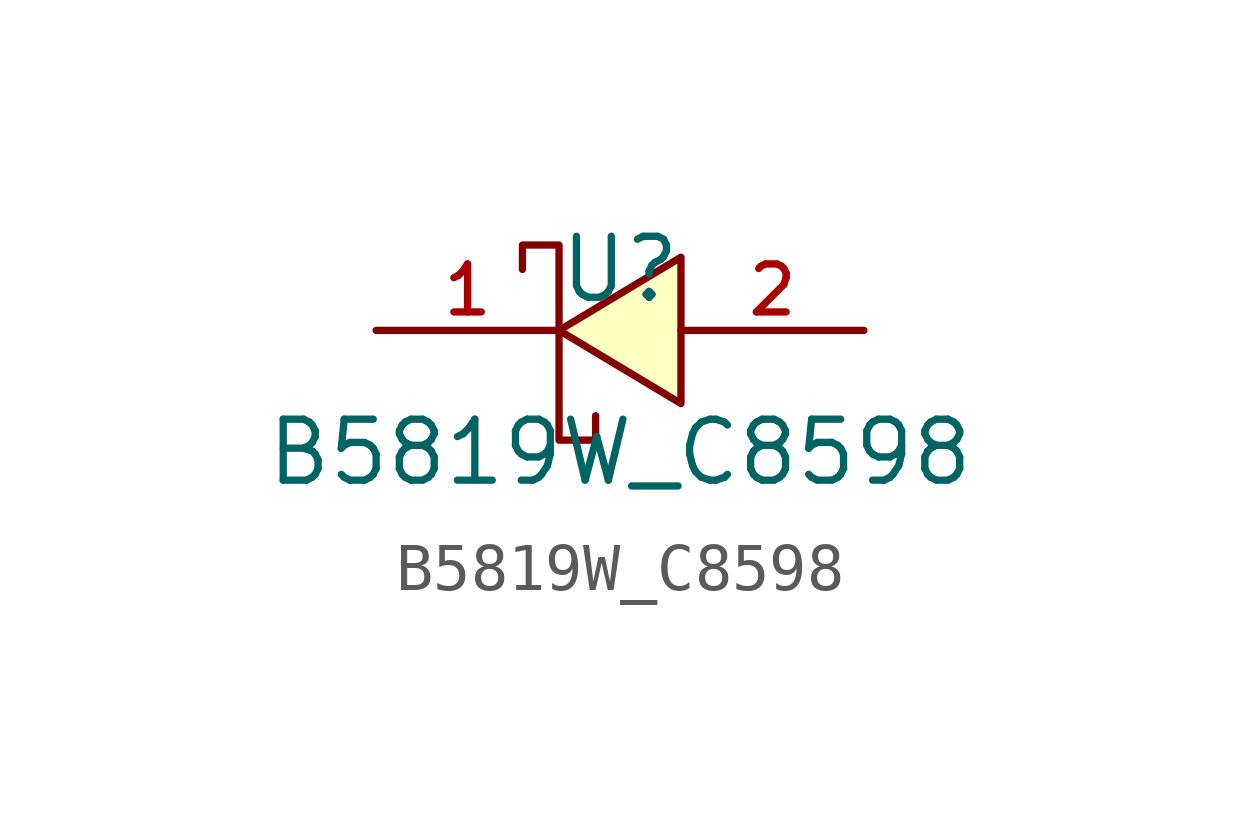
<source format=kicad_sym>
(kicad_symbol_lib
  (version 20220914)
  (generator kicad_symbol_editor)
  (symbol "B5819W_C8598"
    (pin_names hide)
    (property "Reference" "U"
      (at 0 1.27 0)
      (effects (font (size 1.27 1.27))))
    (property "Value" "B5819W_C8598"
      (at 0 -2.54 0)
      (effects (font (size 1.27 1.27))))
    (symbol "B5819W_C8598_0_1"
      (polyline (pts (xy 1.27 1.524) (xy -1.27 0) (xy 1.27 -1.524) (xy 1.27 1.524)) (stroke (width 0) (type default)) (fill (type background)))
      (polyline (pts (xy -0.508 -1.778) (xy -0.508 -2.286) (xy -1.27 -2.286) (xy -1.27 1.016) (xy -1.27 1.778) (xy -2.032 1.778) (xy -2.032 1.27)) (stroke (width 0) (type default)) (fill (type none))))
    (symbol "B5819W_C8598_1_1"
      (pin passive line (at -5.08 0 0) (length 3.81) (name "-" (effects (font (size 1 1)))) (number "1" (effects (font (size 1 1)))))
      (pin passive line (at 5.08 0 180) (length 3.81) (name "+" (effects (font (size 1 1)))) (number "2" (effects (font (size 1 1))))))))
</source>
